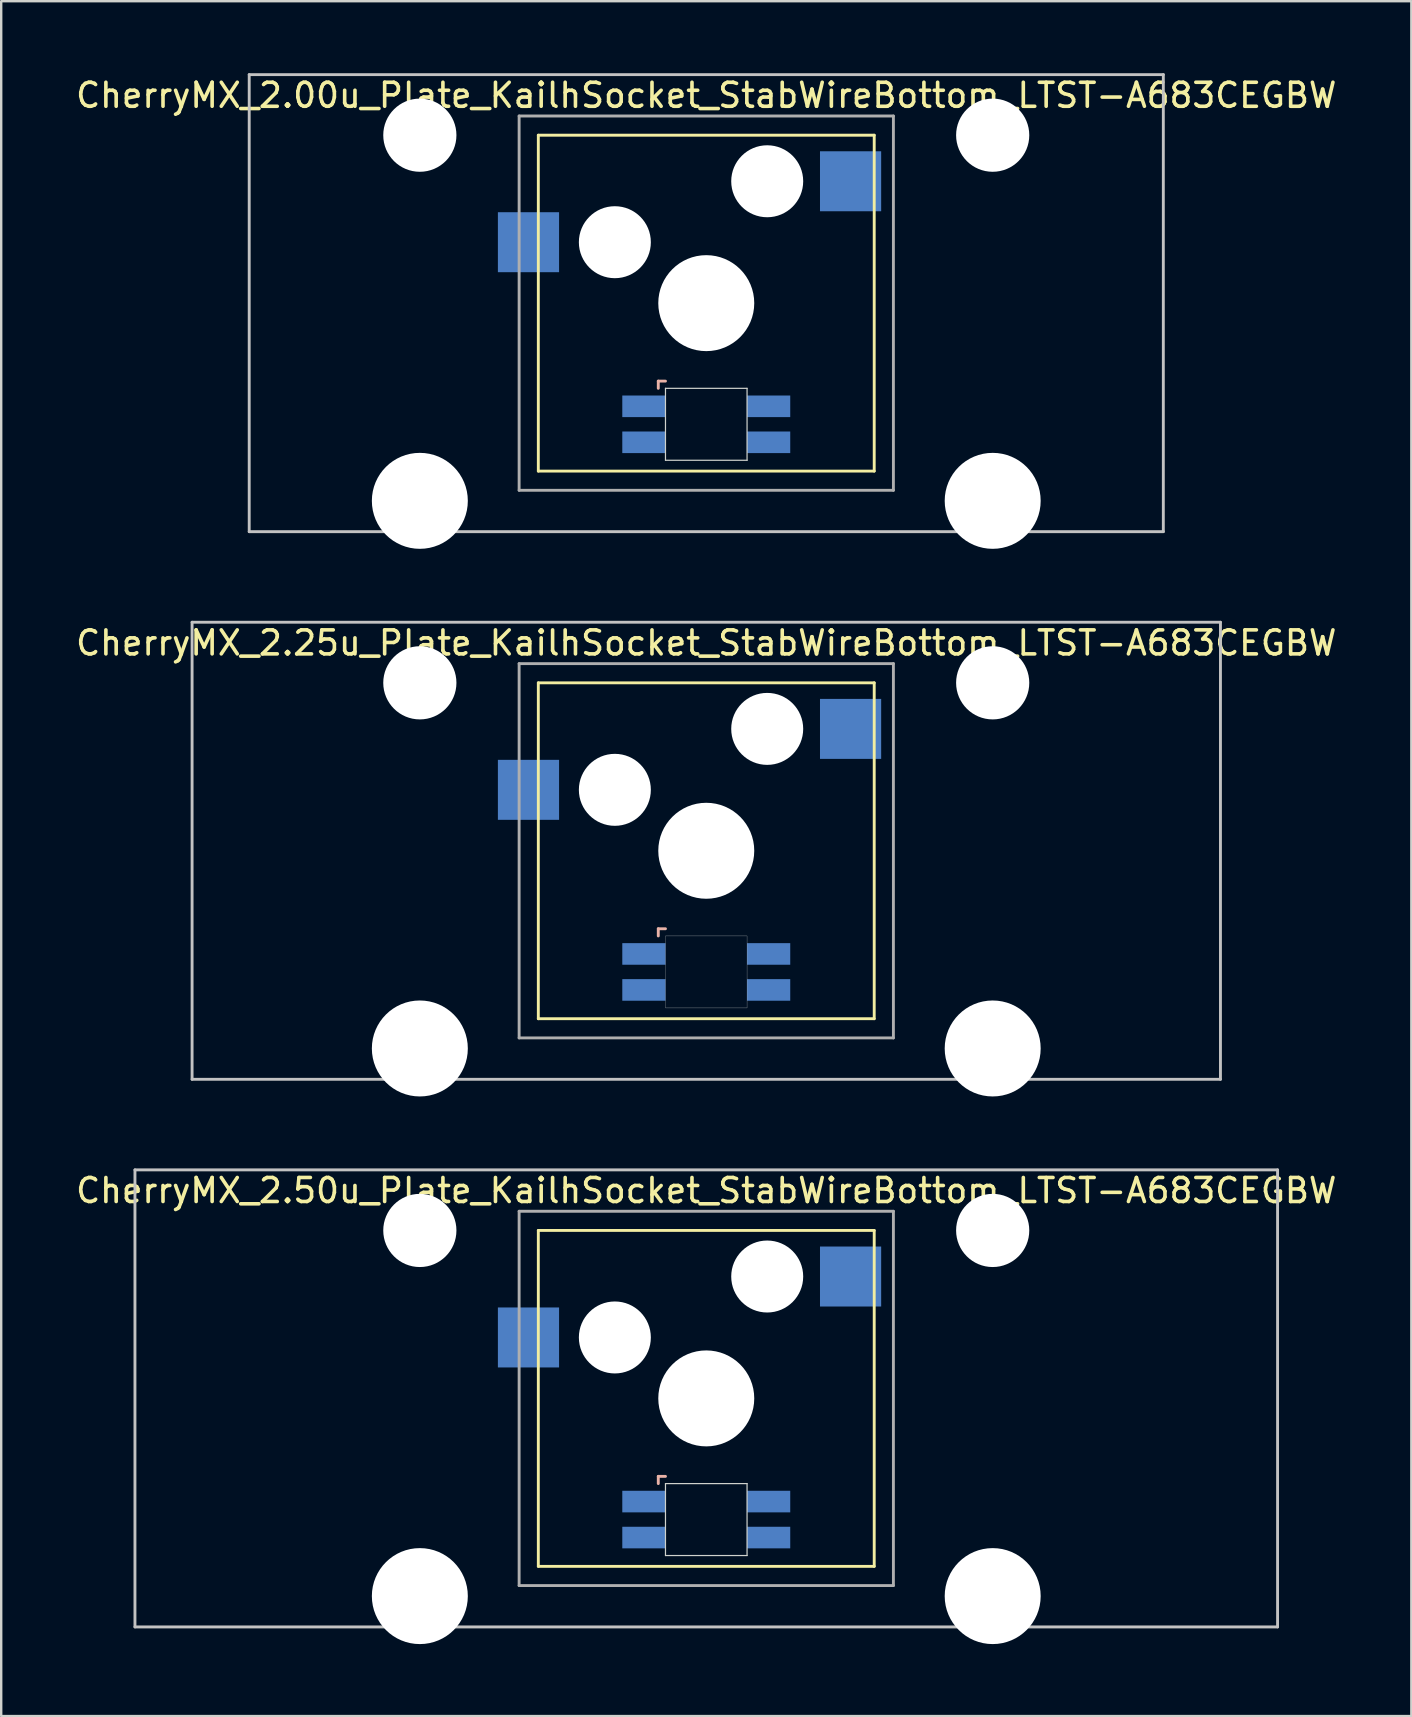
<source format=kicad_pcb>
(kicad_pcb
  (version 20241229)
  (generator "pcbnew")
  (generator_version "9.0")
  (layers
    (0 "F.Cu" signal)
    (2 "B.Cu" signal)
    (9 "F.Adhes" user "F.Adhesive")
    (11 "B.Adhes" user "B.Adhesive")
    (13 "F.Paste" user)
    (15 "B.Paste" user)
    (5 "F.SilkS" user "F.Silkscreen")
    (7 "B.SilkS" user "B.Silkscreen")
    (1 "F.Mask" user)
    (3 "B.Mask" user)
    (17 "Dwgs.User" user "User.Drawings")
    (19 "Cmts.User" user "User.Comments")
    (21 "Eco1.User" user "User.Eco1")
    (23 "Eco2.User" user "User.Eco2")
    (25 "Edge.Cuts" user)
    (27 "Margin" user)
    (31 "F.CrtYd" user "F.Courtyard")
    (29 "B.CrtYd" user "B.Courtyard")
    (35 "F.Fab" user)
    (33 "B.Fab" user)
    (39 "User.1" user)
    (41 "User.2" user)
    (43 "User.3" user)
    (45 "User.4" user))
  (footprint "CherryMX_2.25u_Plate_KailhSocket_StabWireBottom_LTST-A683CEGBW"
    (layer "F.Cu")
    (at 26.387 32.41)
    (property "Reference" "CherryMX_2.25u_Plate_KailhSocket_StabWireBottom_LTST-A683CEGBW" (at 0 -8.662 0) (layer "F.SilkS") (effects (font (size 1 1) (thickness 0.15))))
    (attr through_hole)
    (fp_line (start -7 -7) (end -7 7) (stroke (width 0.12) (type solid)) (layer "F.SilkS"))
    (fp_line (start -7 -7) (end 7 -7) (stroke (width 0.12) (type solid)) (layer "F.SilkS"))
    (fp_line (start 7 -7) (end 7 7) (stroke (width 0.12) (type solid)) (layer "F.SilkS"))
    (fp_line (start 7 7) (end -7 7) (stroke (width 0.12) (type solid)) (layer "F.SilkS"))
    (fp_line (start -2 3.25) (end -2 3.55) (stroke (width 0.12) (type solid)) (layer "B.SilkS"))
    (fp_line (start -1.7 3.25) (end -2 3.25) (stroke (width 0.12) (type solid)) (layer "B.SilkS"))
    (fp_line (start -21.431 -9.525) (end 21.431 -9.525) (stroke (width 0.12) (type solid)) (layer "Dwgs.User"))
    (fp_line (start -21.431 9.525) (end -21.431 -9.525) (stroke (width 0.12) (type solid)) (layer "Dwgs.User"))
    (fp_line (start 21.431 -9.525) (end 21.431 9.525) (stroke (width 0.12) (type solid)) (layer "Dwgs.User"))
    (fp_line (start 21.431 9.525) (end -21.431 9.525) (stroke (width 0.12) (type solid)) (layer "Dwgs.User"))
    (fp_poly (pts (xy 1.7 6.55) (xy -1.7 6.55) (xy -1.7 3.55) (xy 1.7 3.55)) (stroke (width 0.01) (type solid)) (fill no) (layer "Edge.Cuts"))
    (fp_line (start -7.8 -7.8) (end -7.8 7.8) (stroke (width 0.12) (type solid)) (layer "F.Fab"))
    (fp_line (start -7.8 -7.8) (end 7.8 -7.8) (stroke (width 0.12) (type solid)) (layer "F.Fab"))
    (fp_line (start -7.8 7.8) (end 7.8 7.8) (stroke (width 0.12) (type solid)) (layer "F.Fab"))
    (fp_line (start 7.8 -7.8) (end 7.8 7.8) (stroke (width 0.12) (type solid)) (layer "F.Fab"))
    (pad "" np_thru_hole circle (at -11.938 -7) (size 3.05 3.05) (drill 3.05) (layers "*.Cu" "*.Mask"))
    (pad "" np_thru_hole circle (at -11.938 8.24) (size 4 4) (drill 4) (layers "*.Cu" "*.Mask"))
    (pad "" np_thru_hole circle (at -3.81 -2.54) (size 3 3) (drill 3) (layers "*.Cu" "*.Mask"))
    (pad "" np_thru_hole circle (at 0 0) (size 4 4) (drill 4) (layers "*.Cu" "*.Mask"))
    (pad "" np_thru_hole circle (at 2.54 -5.08) (size 3 3) (drill 3) (layers "*.Cu" "*.Mask"))
    (pad "" np_thru_hole circle (at 11.938 -7) (size 3.05 3.05) (drill 3.05) (layers "*.Cu" "*.Mask"))
    (pad "" np_thru_hole circle (at 11.938 8.24) (size 4 4) (drill 4) (layers "*.Cu" "*.Mask"))
    (pad "1" smd rect (at -7.41 -2.54) (size 2.55 2.5) (layers "B.Cu" "B.Mask" "B.Paste"))
    (pad "2" smd rect (at 6.015 -5.08) (size 2.55 2.5) (layers "B.Cu" "B.Mask" "B.Paste"))
    (pad "3" smd rect (at -2.6 4.3) (size 1.8 0.9) (layers "B.Cu" "B.Mask" "B.Paste"))
    (pad "4" smd rect (at -2.6 5.8) (size 1.8 0.9) (layers "B.Cu" "B.Mask" "B.Paste"))
    (pad "5" smd rect (at 2.6 4.3) (size 1.8 0.9) (layers "B.Cu" "B.Mask" "B.Paste"))
    (pad "6" smd rect (at 2.6 5.8) (size 1.8 0.9) (layers "B.Cu" "B.Mask" "B.Paste")))
  (footprint "CherryMX_2.50u_Plate_KailhSocket_StabWireBottom_LTST-A683CEGBW"
    (layer "F.Cu")
    (at 26.387 55.235)
    (property "Reference" "CherryMX_2.50u_Plate_KailhSocket_StabWireBottom_LTST-A683CEGBW" (at 0 -8.662 0) (layer "F.SilkS") (effects (font (size 1 1) (thickness 0.15))))
    (attr through_hole)
    (fp_line (start -7 -7) (end -7 7) (stroke (width 0.12) (type solid)) (layer "F.SilkS"))
    (fp_line (start -7 -7) (end 7 -7) (stroke (width 0.12) (type solid)) (layer "F.SilkS"))
    (fp_line (start 7 -7) (end 7 7) (stroke (width 0.12) (type solid)) (layer "F.SilkS"))
    (fp_line (start 7 7) (end -7 7) (stroke (width 0.12) (type solid)) (layer "F.SilkS"))
    (fp_line (start -2 3.25) (end -2 3.55) (stroke (width 0.12) (type solid)) (layer "B.SilkS"))
    (fp_line (start -1.7 3.25) (end -2 3.25) (stroke (width 0.12) (type solid)) (layer "B.SilkS"))
    (fp_line (start -23.812 -9.525) (end 23.812 -9.525) (stroke (width 0.12) (type solid)) (layer "Dwgs.User"))
    (fp_line (start -23.812 9.525) (end -23.812 -9.525) (stroke (width 0.12) (type solid)) (layer "Dwgs.User"))
    (fp_line (start 23.812 -9.525) (end 23.812 9.525) (stroke (width 0.12) (type solid)) (layer "Dwgs.User"))
    (fp_line (start 23.812 9.525) (end -23.812 9.525) (stroke (width 0.12) (type solid)) (layer "Dwgs.User"))
    (fp_line (start -1.7 3.55) (end 1.7 3.55) (stroke (width 0.05) (type solid)) (layer "Edge.Cuts"))
    (fp_line (start -1.7 6.55) (end -1.7 3.55) (stroke (width 0.05) (type solid)) (layer "Edge.Cuts"))
    (fp_line (start 1.7 3.55) (end 1.7 6.55) (stroke (width 0.05) (type solid)) (layer "Edge.Cuts"))
    (fp_line (start 1.7 6.55) (end -1.7 6.55) (stroke (width 0.05) (type solid)) (layer "Edge.Cuts"))
    (fp_line (start -7.8 -7.8) (end -7.8 7.8) (stroke (width 0.12) (type solid)) (layer "F.Fab"))
    (fp_line (start -7.8 -7.8) (end 7.8 -7.8) (stroke (width 0.12) (type solid)) (layer "F.Fab"))
    (fp_line (start -7.8 7.8) (end 7.8 7.8) (stroke (width 0.12) (type solid)) (layer "F.Fab"))
    (fp_line (start 7.8 -7.8) (end 7.8 7.8) (stroke (width 0.12) (type solid)) (layer "F.Fab"))
    (pad "" np_thru_hole circle (at -11.938 -7) (size 3.05 3.05) (drill 3.05) (layers "*.Cu" "*.Mask"))
    (pad "" np_thru_hole circle (at -11.938 8.24) (size 4 4) (drill 4) (layers "*.Cu" "*.Mask"))
    (pad "" np_thru_hole circle (at -3.81 -2.54) (size 3 3) (drill 3) (layers "*.Cu" "*.Mask"))
    (pad "" np_thru_hole circle (at 0 0) (size 4 4) (drill 4) (layers "*.Cu" "*.Mask"))
    (pad "" np_thru_hole circle (at 2.54 -5.08) (size 3 3) (drill 3) (layers "*.Cu" "*.Mask"))
    (pad "" np_thru_hole circle (at 11.938 -7) (size 3.05 3.05) (drill 3.05) (layers "*.Cu" "*.Mask"))
    (pad "" np_thru_hole circle (at 11.938 8.24) (size 4 4) (drill 4) (layers "*.Cu" "*.Mask"))
    (pad "1" smd rect (at -7.41 -2.54) (size 2.55 2.5) (layers "B.Cu" "B.Mask" "B.Paste"))
    (pad "2" smd rect (at 6.015 -5.08) (size 2.55 2.5) (layers "B.Cu" "B.Mask" "B.Paste"))
    (pad "3" smd rect (at -2.6 4.3) (size 1.8 0.9) (layers "B.Cu" "B.Mask" "B.Paste"))
    (pad "4" smd rect (at -2.6 5.8) (size 1.8 0.9) (layers "B.Cu" "B.Mask" "B.Paste"))
    (pad "5" smd rect (at 2.6 4.3) (size 1.8 0.9) (layers "B.Cu" "B.Mask" "B.Paste"))
    (pad "6" smd rect (at 2.6 5.8) (size 1.8 0.9) (layers "B.Cu" "B.Mask" "B.Paste")))
  (footprint "CherryMX_2.00u_Plate_KailhSocket_StabWireBottom_LTST-A683CEGBW"
    (layer "F.Cu")
    (at 26.387 9.585)
    (property "Reference" "CherryMX_2.00u_Plate_KailhSocket_StabWireBottom_LTST-A683CEGBW" (at 0 -8.662 0) (layer "F.SilkS") (effects (font (size 1 1) (thickness 0.15))))
    (attr through_hole)
    (fp_line (start -7 -7) (end -7 7) (stroke (width 0.12) (type solid)) (layer "F.SilkS"))
    (fp_line (start -7 -7) (end 7 -7) (stroke (width 0.12) (type solid)) (layer "F.SilkS"))
    (fp_line (start 7 -7) (end 7 7) (stroke (width 0.12) (type solid)) (layer "F.SilkS"))
    (fp_line (start 7 7) (end -7 7) (stroke (width 0.12) (type solid)) (layer "F.SilkS"))
    (fp_line (start -2 3.25) (end -2 3.55) (stroke (width 0.12) (type solid)) (layer "B.SilkS"))
    (fp_line (start -1.7 3.25) (end -2 3.25) (stroke (width 0.12) (type solid)) (layer "B.SilkS"))
    (fp_line (start -19.05 -9.525) (end 19.05 -9.525) (stroke (width 0.12) (type solid)) (layer "Dwgs.User"))
    (fp_line (start -19.05 9.525) (end -19.05 -9.525) (stroke (width 0.12) (type solid)) (layer "Dwgs.User"))
    (fp_line (start 19.05 -9.525) (end 19.05 9.525) (stroke (width 0.12) (type solid)) (layer "Dwgs.User"))
    (fp_line (start 19.05 9.525) (end -19.05 9.525) (stroke (width 0.12) (type solid)) (layer "Dwgs.User"))
    (fp_line (start -1.7 3.55) (end 1.7 3.55) (stroke (width 0.05) (type solid)) (layer "Edge.Cuts"))
    (fp_line (start -1.7 6.55) (end -1.7 3.55) (stroke (width 0.05) (type solid)) (layer "Edge.Cuts"))
    (fp_line (start 1.7 3.55) (end 1.7 6.55) (stroke (width 0.05) (type solid)) (layer "Edge.Cuts"))
    (fp_line (start 1.7 6.55) (end -1.7 6.55) (stroke (width 0.05) (type solid)) (layer "Edge.Cuts"))
    (fp_line (start -7.8 -7.8) (end -7.8 7.8) (stroke (width 0.12) (type solid)) (layer "F.Fab"))
    (fp_line (start -7.8 -7.8) (end 7.8 -7.8) (stroke (width 0.12) (type solid)) (layer "F.Fab"))
    (fp_line (start -7.8 7.8) (end 7.8 7.8) (stroke (width 0.12) (type solid)) (layer "F.Fab"))
    (fp_line (start 7.8 -7.8) (end 7.8 7.8) (stroke (width 0.12) (type solid)) (layer "F.Fab"))
    (pad "" np_thru_hole circle (at -11.938 -7) (size 3.05 3.05) (drill 3.05) (layers "*.Cu" "*.Mask"))
    (pad "" np_thru_hole circle (at -11.938 8.24) (size 4 4) (drill 4) (layers "*.Cu" "*.Mask"))
    (pad "" np_thru_hole circle (at -3.81 -2.54) (size 3 3) (drill 3) (layers "*.Cu" "*.Mask"))
    (pad "" np_thru_hole circle (at 0 0) (size 4 4) (drill 4) (layers "*.Cu" "*.Mask"))
    (pad "" np_thru_hole circle (at 2.54 -5.08) (size 3 3) (drill 3) (layers "*.Cu" "*.Mask"))
    (pad "" np_thru_hole circle (at 11.938 -7) (size 3.05 3.05) (drill 3.05) (layers "*.Cu" "*.Mask"))
    (pad "" np_thru_hole circle (at 11.938 8.24) (size 4 4) (drill 4) (layers "*.Cu" "*.Mask"))
    (pad "1" smd rect (at -7.41 -2.54) (size 2.55 2.5) (layers "B.Cu" "B.Mask" "B.Paste"))
    (pad "2" smd rect (at 6.015 -5.08) (size 2.55 2.5) (layers "B.Cu" "B.Mask" "B.Paste"))
    (pad "3" smd rect (at -2.6 4.3) (size 1.8 0.9) (layers "B.Cu" "B.Mask" "B.Paste"))
    (pad "4" smd rect (at -2.6 5.8) (size 1.8 0.9) (layers "B.Cu" "B.Mask" "B.Paste"))
    (pad "5" smd rect (at 2.6 4.3) (size 1.8 0.9) (layers "B.Cu" "B.Mask" "B.Paste"))
    (pad "6" smd rect (at 2.6 5.8) (size 1.8 0.9) (layers "B.Cu" "B.Mask" "B.Paste")))
  (gr_rect
    (start -3 -3)
    (end 55.774 68.475)
    (stroke (width 0.1) (type default))
    (fill no)
    (layer "Edge.Cuts")))
</source>
